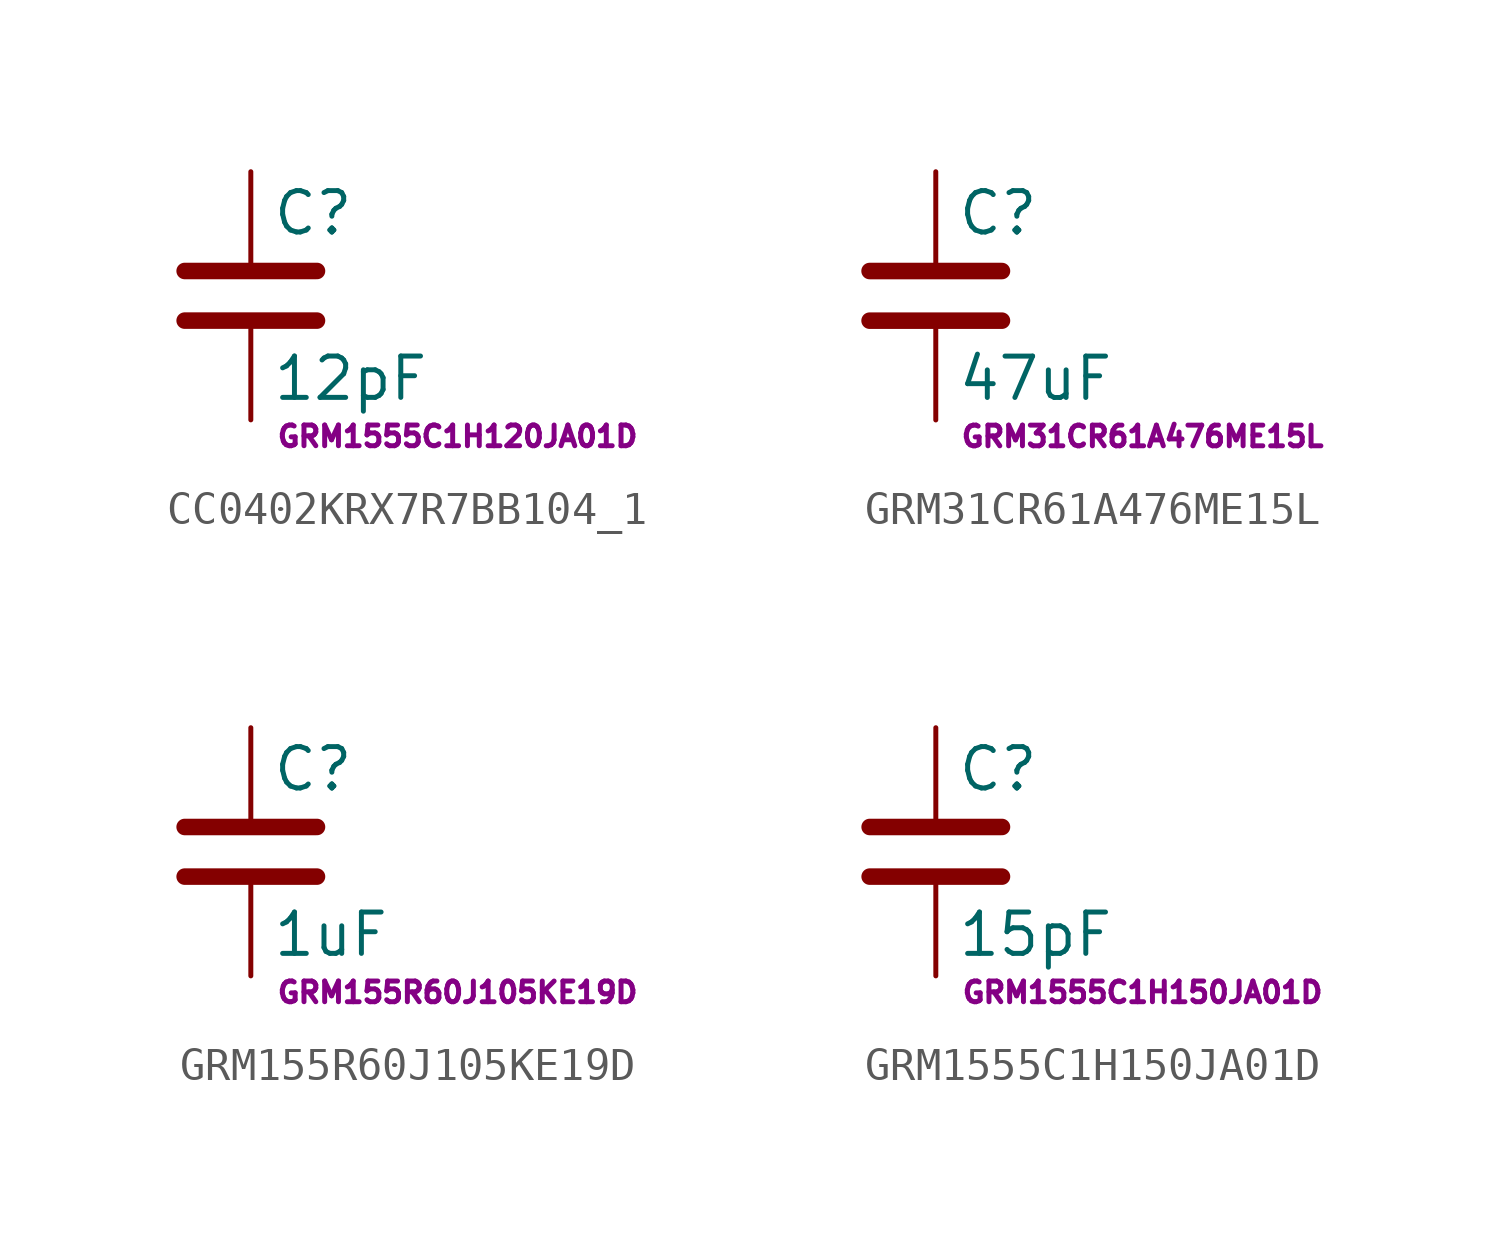
<source format=kicad_sym>
(kicad_symbol_lib
  (version 20241209)
  (generator "kicad_symbol_editor")
  (generator_version "9.0")
  (symbol "CC0402KRX7R7BB104_1"
    (pin_numbers
      (hide yes))
    (pin_names
      (offset 0.254))
    (property "Reference" "C"
      (at 0.635 2.54 0)
      (effects (font (size 1.27 1.27)) (justify left)))
    (property "Value" "12pF"
      (at 0.635 -2.54 0)
      (effects (font (size 1.27 1.27)) (justify left)))
    (property "Footprint Name" "GRM1555C1H120JA01D"
      (at 6.35 -4.318 0)
      (effects (font (size 0.635 0.635))))
    (symbol "CC0402KRX7R7BB104_1_0_1"
      (polyline (pts (xy -2.032 0.762) (xy 2.032 0.762)) (stroke (width 0.508) (type default)) (fill (type none)))
      (polyline (pts (xy -2.032 -0.762) (xy 2.032 -0.762)) (stroke (width 0.508) (type default)) (fill (type none))))
    (symbol "CC0402KRX7R7BB104_1_1_1"
      (pin passive line (at 0 3.81 270) (length 2.794) (name "~" (effects (font (size 1.27 1.27)))) (number "1" (effects (font (size 1.27 1.27)))))
      (pin passive line (at 0 -3.81 90) (length 2.794) (name "~" (effects (font (size 1.27 1.27)))) (number "2" (effects (font (size 1.27 1.27)))))))
  (symbol "GRM31CR61A476ME15L"
    (pin_numbers
      (hide yes))
    (pin_names
      (offset 0.254))
    (property "Reference" "C"
      (at 0.635 2.54 0)
      (effects (font (size 1.27 1.27)) (justify left)))
    (property "Value" "47uF"
      (at 0.635 -2.54 0)
      (effects (font (size 1.27 1.27)) (justify left)))
    (property "Footprint Name" "GRM31CR61A476ME15L"
      (at 6.35 -4.318 0)
      (effects (font (size 0.635 0.635))))
    (symbol "GRM31CR61A476ME15L_0_1"
      (polyline (pts (xy -2.032 0.762) (xy 2.032 0.762)) (stroke (width 0.508) (type default)) (fill (type none)))
      (polyline (pts (xy -2.032 -0.762) (xy 2.032 -0.762)) (stroke (width 0.508) (type default)) (fill (type none))))
    (symbol "GRM31CR61A476ME15L_1_1"
      (pin passive line (at 0 3.81 270) (length 2.794) (name "~" (effects (font (size 1.27 1.27)))) (number "1" (effects (font (size 1.27 1.27)))))
      (pin passive line (at 0 -3.81 90) (length 2.794) (name "~" (effects (font (size 1.27 1.27)))) (number "2" (effects (font (size 1.27 1.27)))))))
  (symbol "GRM155R60J105KE19D"
    (pin_numbers
      (hide yes))
    (pin_names
      (offset 0.254))
    (property "Reference" "C"
      (at 0.635 2.54 0)
      (effects (font (size 1.27 1.27)) (justify left)))
    (property "Value" "1uF"
      (at 0.635 -2.54 0)
      (effects (font (size 1.27 1.27)) (justify left)))
    (property "Footprint Name" "GRM155R60J105KE19D"
      (at 6.35 -4.318 0)
      (effects (font (size 0.635 0.635))))
    (symbol "GRM155R60J105KE19D_0_1"
      (polyline (pts (xy -2.032 0.762) (xy 2.032 0.762)) (stroke (width 0.508) (type default)) (fill (type none)))
      (polyline (pts (xy -2.032 -0.762) (xy 2.032 -0.762)) (stroke (width 0.508) (type default)) (fill (type none))))
    (symbol "GRM155R60J105KE19D_1_1"
      (pin passive line (at 0 3.81 270) (length 2.794) (name "~" (effects (font (size 1.27 1.27)))) (number "1" (effects (font (size 1.27 1.27)))))
      (pin passive line (at 0 -3.81 90) (length 2.794) (name "~" (effects (font (size 1.27 1.27)))) (number "2" (effects (font (size 1.27 1.27)))))))
  (symbol "GRM1555C1H150JA01D"
    (pin_numbers
      (hide yes))
    (pin_names
      (offset 0.254))
    (property "Reference" "C"
      (at 0.635 2.54 0)
      (effects (font (size 1.27 1.27)) (justify left)))
    (property "Value" "15pF"
      (at 0.635 -2.54 0)
      (effects (font (size 1.27 1.27)) (justify left)))
    (property "Footprint Name" "GRM1555C1H150JA01D"
      (at 6.35 -4.318 0)
      (effects (font (size 0.635 0.635))))
    (symbol "GRM1555C1H150JA01D_0_1"
      (polyline (pts (xy -2.032 0.762) (xy 2.032 0.762)) (stroke (width 0.508) (type default)) (fill (type none)))
      (polyline (pts (xy -2.032 -0.762) (xy 2.032 -0.762)) (stroke (width 0.508) (type default)) (fill (type none))))
    (symbol "GRM1555C1H150JA01D_1_1"
      (pin passive line (at 0 3.81 270) (length 2.794) (name "~" (effects (font (size 1.27 1.27)))) (number "1" (effects (font (size 1.27 1.27)))))
      (pin passive line (at 0 -3.81 90) (length 2.794) (name "~" (effects (font (size 1.27 1.27)))) (number "2" (effects (font (size 1.27 1.27))))))))
</source>
